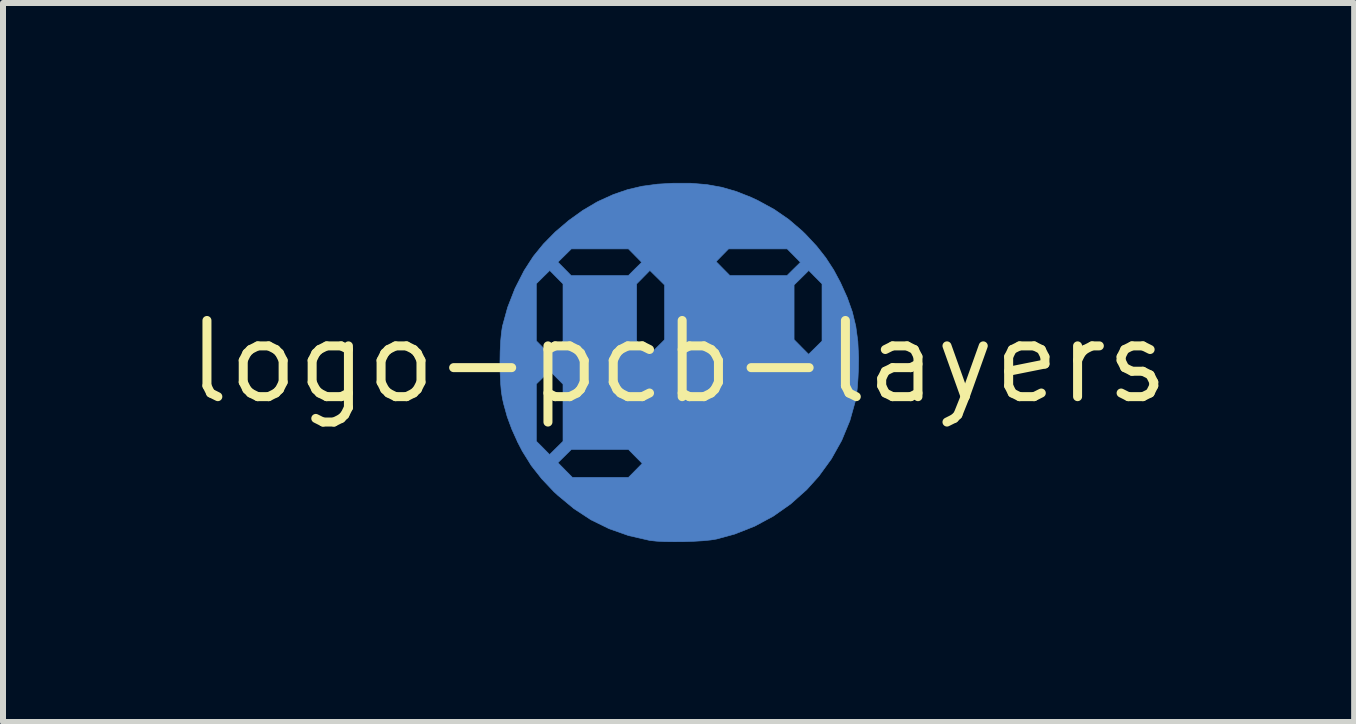
<source format=kicad_pcb>
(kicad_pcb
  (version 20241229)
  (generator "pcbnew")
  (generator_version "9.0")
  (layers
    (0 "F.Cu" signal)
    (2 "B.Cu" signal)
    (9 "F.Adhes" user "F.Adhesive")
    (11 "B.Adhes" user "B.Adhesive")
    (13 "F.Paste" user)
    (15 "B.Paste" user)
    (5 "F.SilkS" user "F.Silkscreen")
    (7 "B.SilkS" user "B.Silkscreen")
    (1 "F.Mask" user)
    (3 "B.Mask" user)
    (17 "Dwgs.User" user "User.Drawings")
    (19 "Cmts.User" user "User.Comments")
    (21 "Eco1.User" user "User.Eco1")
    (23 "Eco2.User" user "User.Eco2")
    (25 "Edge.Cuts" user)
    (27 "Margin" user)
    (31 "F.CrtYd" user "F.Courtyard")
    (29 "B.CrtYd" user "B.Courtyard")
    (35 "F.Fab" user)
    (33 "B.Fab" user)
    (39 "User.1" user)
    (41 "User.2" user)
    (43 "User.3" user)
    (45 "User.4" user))
  (footprint "logo-pcb-layers"
    (layer "F.Cu")
    (at 8.262 2.983)
    (property "Reference" "logo-pcb-layers" (at 0 0 0) (layer "F.SilkS") (effects (font (size 1.27 1.27) (thickness 0.15))))
    (attr through_hole)
    (fp_poly (pts (xy 0.202 -2.978) (xy 0.47 -2.956) (xy 0.721 -2.911) (xy 0.965 -2.84) (xy 1.212 -2.742) (xy 1.323 -2.69) (xy 1.596 -2.541) (xy 1.838 -2.374) (xy 2.063 -2.181) (xy 2.123 -2.122) (xy 2.303 -1.929) (xy 2.454 -1.737) (xy 2.586 -1.534) (xy 2.699 -1.323) (xy 2.812 -1.073) (xy 2.897 -0.834) (xy 2.955 -0.594) (xy 2.989 -0.343) (xy 3.002 -0.07) (xy 2.999 0.115) (xy 2.992 0.27) (xy 2.982 0.415) (xy 2.969 0.538) (xy 2.954 0.629) (xy 2.953 0.635) (xy 2.856 0.981) (xy 2.72 1.31) (xy 2.547 1.619) (xy 2.337 1.908) (xy 2.137 2.13) (xy 1.87 2.368) (xy 1.58 2.572) (xy 1.268 2.74) (xy 0.936 2.871) (xy 0.635 2.953) (xy 0.536 2.969) (xy 0.406 2.982) (xy 0.254 2.991) (xy 0.09 2.997) (xy -0.074 2.998) (xy -0.23 2.996) (xy -0.365 2.989) (xy -0.472 2.978) (xy -0.487 2.975) (xy -0.835 2.895) (xy -1.158 2.781) (xy -1.46 2.633) (xy -1.744 2.447) (xy -2.014 2.223) (xy -2.076 2.166) (xy -2.282 1.948) (xy -2.456 1.727) (xy -2.484 1.681) (xy -2.011 1.681) (xy -1.89 1.804) (xy -1.769 1.926) (xy -0.835 1.926) (xy -0.72 1.81) (xy -0.605 1.693) (xy -0.72 1.577) (xy -0.835 1.46) (xy -1.787 1.46) (xy -1.899 1.571) (xy -2.011 1.681) (xy -2.484 1.681) (xy -2.604 1.489) (xy -2.679 1.344) (xy -2.779 1.123) (xy -2.856 0.915) (xy -2.915 0.702) (xy -2.935 0.614) (xy -2.954 0.498) (xy -2.965 0.369) (xy -2.371 0.369) (xy -2.371 1.322) (xy -2.26 1.433) (xy -2.15 1.545) (xy -1.926 1.324) (xy -1.926 0.372) (xy -2.037 0.26) (xy -2.147 0.148) (xy -2.259 0.259) (xy -2.371 0.369) (xy -2.965 0.369) (xy -2.966 0.35) (xy -2.974 0.182) (xy -2.977 0.003) (xy -2.974 -0.175) (xy -2.966 -0.342) (xy -2.952 -0.488) (xy -2.936 -0.593) (xy -2.849 -0.909) (xy -2.727 -1.222) (xy -2.686 -1.303) (xy -2.371 -1.303) (xy -2.371 -0.351) (xy -2.26 -0.239) (xy -2.15 -0.127) (xy -2.038 -0.237) (xy -1.926 -0.348) (xy -1.926 -1.3) (xy -0.699 -1.3) (xy -0.699 -0.351) (xy -0.588 -0.239) (xy -0.478 -0.127) (xy -0.355 -0.248) (xy -0.233 -0.369) (xy -0.233 -1.282) (xy 1.926 -1.282) (xy 1.926 -0.372) (xy 2.047 -0.249) (xy 2.168 -0.127) (xy 2.28 -0.237) (xy 2.392 -0.348) (xy 2.392 -1.3) (xy 2.281 -1.412) (xy 2.171 -1.524) (xy 2.049 -1.403) (xy 1.926 -1.282) (xy -0.233 -1.282) (xy -0.355 -1.403) (xy -0.478 -1.524) (xy -0.588 -1.412) (xy -0.699 -1.3) (xy -1.926 -1.3) (xy -2.037 -1.412) (xy -2.147 -1.524) (xy -2.259 -1.414) (xy -2.371 -1.303) (xy -2.686 -1.303) (xy -2.575 -1.52) (xy -2.483 -1.663) (xy -2.011 -1.663) (xy -1.9 -1.551) (xy -1.79 -1.439) (xy -0.837 -1.439) (xy -0.726 -1.55) (xy -0.614 -1.66) (xy -0.626 -1.672) (xy 0.626 -1.672) (xy 0.856 -1.439) (xy 1.808 -1.439) (xy 1.92 -1.55) (xy 2.032 -1.66) (xy 1.922 -1.772) (xy 1.811 -1.884) (xy 0.834 -1.884) (xy 0.626 -1.672) (xy -0.626 -1.672) (xy -0.835 -1.884) (xy -1.787 -1.884) (xy -1.899 -1.773) (xy -2.011 -1.663) (xy -2.483 -1.663) (xy -2.42 -1.76) (xy -2.253 -1.965) (xy -2.054 -2.167) (xy -1.832 -2.356) (xy -1.597 -2.525) (xy -1.36 -2.665) (xy -1.323 -2.683) (xy -1.085 -2.791) (xy -0.851 -2.871) (xy -0.61 -2.928) (xy -0.351 -2.963) (xy -0.094 -2.978) (xy 0.202 -2.978)) (stroke (width 0.01) (type solid)) (fill yes) (layer "B.Cu"))
    (fp_poly (pts (xy -0.212 0.369) (xy -0.212 1.324) (xy -0.477 1.588) (xy -0.72 1.343) (xy -0.72 0.369) (xy -0.466 0.118) (xy -0.212 0.369)) (stroke (width 0.01) (type solid)) (fill yes) (layer "B.Mask"))
    (fp_poly (pts (xy 2.413 0.369) (xy 2.413 1.345) (xy 2.291 1.466) (xy 2.168 1.587) (xy 1.905 1.322) (xy 1.905 0.369) (xy 2.159 0.118) (xy 2.413 0.369)) (stroke (width 0.01) (type solid)) (fill yes) (layer "B.Mask"))
    (fp_poly (pts (xy 1.937 1.566) (xy 2.062 1.693) (xy 1.937 1.82) (xy 1.811 1.947) (xy 0.835 1.947) (xy 0.583 1.693) (xy 0.835 1.439) (xy 1.811 1.439) (xy 1.937 1.566)) (stroke (width 0.01) (type solid)) (fill yes) (layer "B.Mask"))
    (fp_poly (pts (xy 1.937 -0.106) (xy 2.062 0.021) (xy 1.947 0.138) (xy 1.832 0.254) (xy 0.835 0.254) (xy 0.714 0.132) (xy 0.593 0.009) (xy 0.715 -0.112) (xy 0.837 -0.233) (xy 1.811 -0.233) (xy 1.937 -0.106)) (stroke (width 0.01) (type solid)) (fill yes) (layer "B.Mask"))
    (fp_poly (pts (xy 0.741 0.369) (xy 0.741 1.345) (xy 0.619 1.466) (xy 0.561 1.523) (xy 0.515 1.565) (xy 0.488 1.586) (xy 0.486 1.587) (xy 0.467 1.574) (xy 0.426 1.536) (xy 0.372 1.483) (xy 0.354 1.465) (xy 0.233 1.343) (xy 0.233 0.369) (xy 0.487 0.118) (xy 0.741 0.369)) (stroke (width 0.01) (type solid)) (fill yes) (layer "B.Mask"))
    (fp_poly (pts (xy -0.571 0.012) (xy -0.694 0.133) (xy -0.816 0.254) (xy -1.811 0.254) (xy -1.922 0.142) (xy -1.975 0.085) (xy -2.014 0.039) (xy -2.032 0.011) (xy -2.032 0.009) (xy -2.018 -0.015) (xy -1.981 -0.059) (xy -1.928 -0.115) (xy -1.92 -0.122) (xy -1.808 -0.233) (xy -0.814 -0.233) (xy -0.571 0.012)) (stroke (width 0.01) (type solid)) (fill yes) (layer "B.Mask"))
    (fp_poly (pts (xy 0.614 -1.429) (xy 0.741 -1.303) (xy 0.741 -0.348) (xy 0.619 -0.227) (xy 0.561 -0.171) (xy 0.515 -0.129) (xy 0.488 -0.107) (xy 0.486 -0.106) (xy 0.467 -0.12) (xy 0.426 -0.157) (xy 0.372 -0.21) (xy 0.354 -0.228) (xy 0.233 -0.35) (xy 0.233 -1.303) (xy 0.36 -1.429) (xy 0.487 -1.554) (xy 0.614 -1.429)) (stroke (width 0.01) (type solid)) (fill yes) (layer "B.Mask")))
  (gr_rect
    (start -3 -3)
    (end 19.525 8.986)
    (stroke (width 0.1) (type default))
    (fill no)
    (layer "Edge.Cuts")))
</source>
